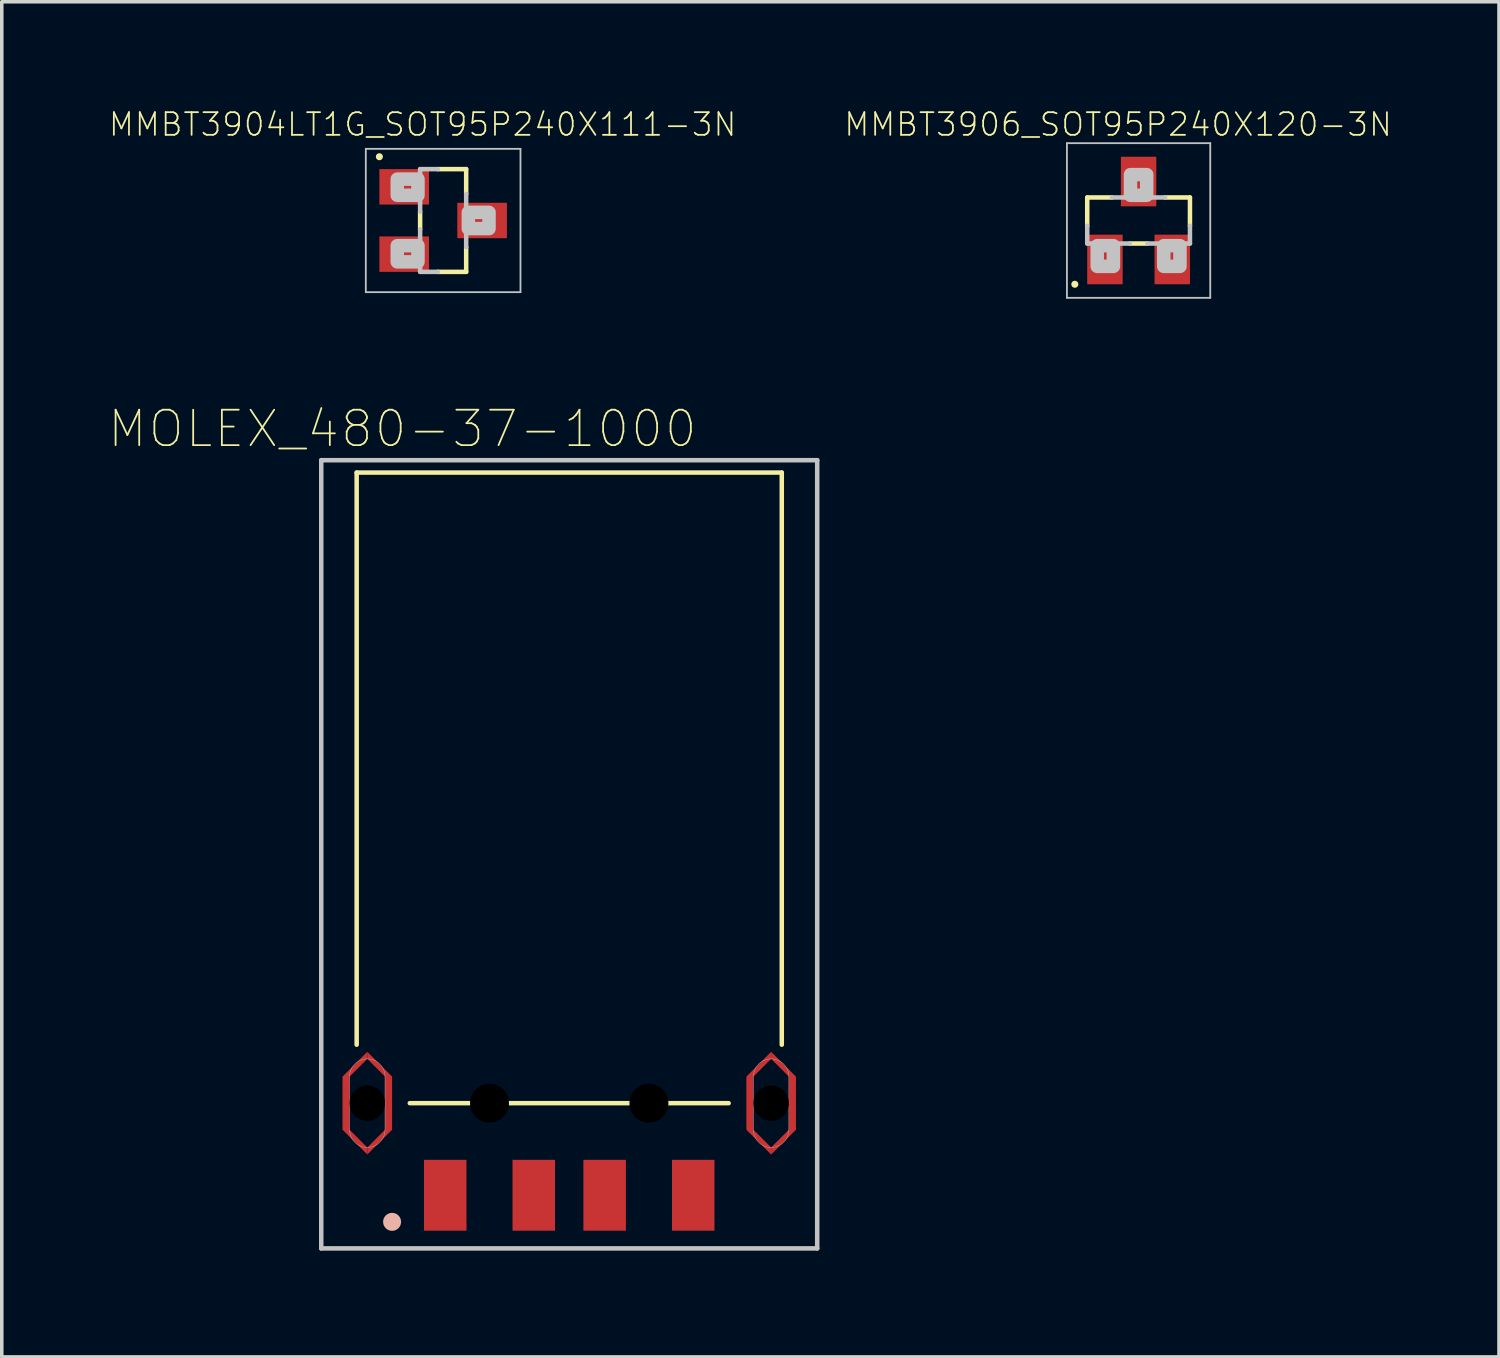
<source format=kicad_pcb>
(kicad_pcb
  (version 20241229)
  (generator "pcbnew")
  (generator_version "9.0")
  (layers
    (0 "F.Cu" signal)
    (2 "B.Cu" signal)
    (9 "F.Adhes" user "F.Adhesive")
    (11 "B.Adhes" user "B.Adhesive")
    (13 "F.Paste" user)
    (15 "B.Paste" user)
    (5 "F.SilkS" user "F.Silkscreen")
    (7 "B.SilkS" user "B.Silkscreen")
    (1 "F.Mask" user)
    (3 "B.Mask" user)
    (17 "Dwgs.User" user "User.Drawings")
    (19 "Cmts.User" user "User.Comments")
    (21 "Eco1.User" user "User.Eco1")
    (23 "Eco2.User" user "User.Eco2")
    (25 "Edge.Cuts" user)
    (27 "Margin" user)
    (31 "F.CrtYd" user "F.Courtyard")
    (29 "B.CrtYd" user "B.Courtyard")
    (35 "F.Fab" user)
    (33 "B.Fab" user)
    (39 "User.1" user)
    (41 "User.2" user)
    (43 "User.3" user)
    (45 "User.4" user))
  (footprint "MMBT3904LT1G_SOT95P240X111-3N"
    (layer "F.Cu")
    (at 9.459 3.174)
    (property "Reference" "MMBT3904LT1G_SOT95P240X111-3N" (at -0.579 -2.711 0) (layer "F.SilkS") (effects (font (size 0.64 0.64) (thickness 0.05))))
    (attr smd)
    (fp_line (start -0.65 -0.25) (end -0.65 0.25) (stroke (width 0.127) (type solid)) (layer "F.SilkS"))
    (fp_line (start 0.65 -1.45) (end -0.15 -1.45) (stroke (width 0.127) (type solid)) (layer "F.SilkS"))
    (fp_line (start 0.65 -1.45) (end 0.65 -0.75) (stroke (width 0.127) (type solid)) (layer "F.SilkS"))
    (fp_line (start 0.65 1.45) (end -0.15 1.45) (stroke (width 0.127) (type solid)) (layer "F.SilkS"))
    (fp_line (start 0.65 1.45) (end 0.65 0.75) (stroke (width 0.127) (type solid)) (layer "F.SilkS"))
    (fp_circle (center -1.8 -1.8) (end -1.7 -1.8) (stroke (width 0) (type solid)) (fill yes) (layer "F.SilkS"))
    (fp_line (start -2.183 -2.023) (end 2.183 -2.023) (stroke (width 0.051) (type solid)) (layer "Dwgs.User"))
    (fp_line (start -2.183 2.023) (end -2.183 -2.023) (stroke (width 0.051) (type solid)) (layer "Dwgs.User"))
    (fp_line (start -0.65 -1.45) (end -0.65 -0.25) (stroke (width 0.127) (type solid)) (layer "Dwgs.User"))
    (fp_line (start -0.65 0.25) (end -0.65 1.45) (stroke (width 0.127) (type solid)) (layer "Dwgs.User"))
    (fp_line (start -0.65 1.45) (end -0.15 1.45) (stroke (width 0.127) (type solid)) (layer "Dwgs.User"))
    (fp_line (start -0.15 -1.45) (end -0.65 -1.45) (stroke (width 0.127) (type solid)) (layer "Dwgs.User"))
    (fp_line (start 0.65 -0.75) (end 0.65 0.75) (stroke (width 0.127) (type solid)) (layer "Dwgs.User"))
    (fp_line (start 2.183 -2.023) (end 2.183 2.023) (stroke (width 0.051) (type solid)) (layer "Dwgs.User"))
    (fp_line (start 2.183 2.023) (end -2.183 2.023) (stroke (width 0.051) (type solid)) (layer "Dwgs.User"))
    (fp_poly (pts (xy -0.711 -1.168) (xy -0.711 -0.711) (xy -1.295 -0.711) (xy -1.295 -1.168)) (stroke (width 0.381) (type solid)) (fill no) (layer "Dwgs.User"))
    (fp_poly (pts (xy -0.711 0.711) (xy -0.711 1.168) (xy -1.295 1.168) (xy -1.295 0.711)) (stroke (width 0.381) (type solid)) (fill no) (layer "Dwgs.User"))
    (fp_poly (pts (xy 1.295 -0.229) (xy 1.295 0.229) (xy 0.711 0.229) (xy 0.711 -0.229)) (stroke (width 0.381) (type solid)) (fill no) (layer "Dwgs.User"))
    (pad "1" smd rect (at -1.1 -0.95 270) (size 1 1.4) (layers "F.Cu" "F.Mask" "F.Paste"))
    (pad "2" smd rect (at -1.1 0.95 270) (size 1 1.4) (layers "F.Cu" "F.Mask" "F.Paste"))
    (pad "3" smd rect (at 1.1 0 270) (size 1 1.4) (layers "F.Cu" "F.Mask" "F.Paste")))
  (footprint "MMBT3906_SOT95P240X120-3N"
    (layer "F.Cu")
    (at 29.09 3.174)
    (property "Reference" "MMBT3906_SOT95P240X120-3N" (at -0.579 -2.711 0) (layer "F.SilkS") (effects (font (size 0.64 0.64) (thickness 0.05))))
    (attr smd)
    (fp_line (start -1.45 -0.65) (end -1.45 0.15) (stroke (width 0.127) (type solid)) (layer "F.SilkS"))
    (fp_line (start -1.45 -0.65) (end -0.75 -0.65) (stroke (width 0.127) (type solid)) (layer "F.SilkS"))
    (fp_line (start -0.25 0.65) (end 0.25 0.65) (stroke (width 0.127) (type solid)) (layer "F.SilkS"))
    (fp_line (start 1.45 -0.65) (end 0.75 -0.65) (stroke (width 0.127) (type solid)) (layer "F.SilkS"))
    (fp_line (start 1.45 -0.65) (end 1.45 0.15) (stroke (width 0.127) (type solid)) (layer "F.SilkS"))
    (fp_circle (center -1.8 1.8) (end -1.7 1.8) (stroke (width 0) (type solid)) (fill yes) (layer "F.SilkS"))
    (fp_line (start -2.023 -2.183) (end 2.023 -2.183) (stroke (width 0.051) (type solid)) (layer "Dwgs.User"))
    (fp_line (start -2.023 2.183) (end -2.023 -2.183) (stroke (width 0.051) (type solid)) (layer "Dwgs.User"))
    (fp_line (start -1.45 0.15) (end -1.45 0.65) (stroke (width 0.127) (type solid)) (layer "Dwgs.User"))
    (fp_line (start -1.45 0.65) (end -0.25 0.65) (stroke (width 0.127) (type solid)) (layer "Dwgs.User"))
    (fp_line (start -0.75 -0.65) (end 0.75 -0.65) (stroke (width 0.127) (type solid)) (layer "Dwgs.User"))
    (fp_line (start 0.25 0.65) (end 1.45 0.65) (stroke (width 0.127) (type solid)) (layer "Dwgs.User"))
    (fp_line (start 1.45 0.65) (end 1.45 0.15) (stroke (width 0.127) (type solid)) (layer "Dwgs.User"))
    (fp_line (start 2.023 -2.183) (end 2.023 2.183) (stroke (width 0.051) (type solid)) (layer "Dwgs.User"))
    (fp_line (start 2.023 2.183) (end -2.023 2.183) (stroke (width 0.051) (type solid)) (layer "Dwgs.User"))
    (fp_poly (pts (xy -1.168 0.711) (xy -0.711 0.711) (xy -0.711 1.295) (xy -1.168 1.295)) (stroke (width 0.381) (type solid)) (fill no) (layer "Dwgs.User"))
    (fp_poly (pts (xy -0.229 -1.295) (xy 0.229 -1.295) (xy 0.229 -0.711) (xy -0.229 -0.711)) (stroke (width 0.381) (type solid)) (fill no) (layer "Dwgs.User"))
    (fp_poly (pts (xy 0.711 0.711) (xy 1.168 0.711) (xy 1.168 1.295) (xy 0.711 1.295)) (stroke (width 0.381) (type solid)) (fill no) (layer "Dwgs.User"))
    (pad "1" smd rect (at -0.95 1.1) (size 1 1.4) (layers "F.Cu" "F.Mask" "F.Paste"))
    (pad "2" smd rect (at 0.95 1.1) (size 1 1.4) (layers "F.Cu" "F.Mask" "F.Paste"))
    (pad "3" smd rect (at 0 -1.1) (size 1 1.4) (layers "F.Cu" "F.Mask" "F.Paste")))
  (footprint "MOLEX_480-37-1000"
    (layer "F.Cu")
    (at 13.018 30.69)
    (property "Reference" "MOLEX_480-37-1000" (at -4.71 -21.635 0) (layer "F.SilkS") (effects (font (size 1 1) (thickness 0.05))))
    (attr smd)
    (fp_poly (pts (xy -5.7 -3.85) (xy -5.7 -4.05) (xy -5 -3.35) (xy -5 -1.85) (xy -5.7 -1.15) (xy -5.7 -1.35) (xy -5.2 -1.85) (xy -5.2 -3.35)) (stroke (width 0) (type solid)) (fill yes) (layer "F.Cu"))
    (fp_poly (pts (xy -5.7 -1.35) (xy -5.7 -1.15) (xy -6.4 -1.85) (xy -6.4 -3.35) (xy -5.7 -4.05) (xy -5.7 -3.85) (xy -6.2 -3.35) (xy -6.2 -1.85)) (stroke (width 0) (type solid)) (fill yes) (layer "F.Cu"))
    (fp_poly (pts (xy 5.7 -3.85) (xy 5.7 -4.05) (xy 6.4 -3.35) (xy 6.4 -1.85) (xy 5.7 -1.15) (xy 5.7 -1.35) (xy 6.2 -1.85) (xy 6.2 -3.35)) (stroke (width 0) (type solid)) (fill yes) (layer "F.Cu"))
    (fp_poly (pts (xy 5.7 -1.35) (xy 5.7 -1.15) (xy 5 -1.85) (xy 5 -3.35) (xy 5.7 -4.05) (xy 5.7 -3.85) (xy 5.2 -3.35) (xy 5.2 -1.85)) (stroke (width 0) (type solid)) (fill yes) (layer "F.Cu"))
    (fp_poly (pts (xy -4.9 -1.05) (xy -6.5 -1.05) (xy -6.5 -4.15) (xy -4.9 -4.15)) (stroke (width 0.381) (type solid)) (fill yes) (layer "F.Mask"))
    (fp_poly (pts (xy 6.5 -1.05) (xy 4.9 -1.05) (xy 4.9 -4.15) (xy 6.5 -4.15)) (stroke (width 0.381) (type solid)) (fill yes) (layer "F.Mask"))
    (fp_line (start -6 -4.25) (end -6 -20.4) (stroke (width 0.127) (type solid)) (layer "F.SilkS"))
    (fp_line (start 4.5 -2.6) (end -4.5 -2.6) (stroke (width 0.127) (type solid)) (layer "F.SilkS"))
    (fp_line (start 6 -20.4) (end -6 -20.4) (stroke (width 0.127) (type solid)) (layer "F.SilkS"))
    (fp_line (start 6 -4.25) (end 6 -20.4) (stroke (width 0.127) (type solid)) (layer "F.SilkS"))
    (fp_circle (center -5 0.75) (end -4.746 0.75) (stroke (width 0) (type solid)) (fill yes) (layer "B.SilkS"))
    (fp_poly (pts (xy -5.7 -3.85) (xy -5.7 -4.05) (xy -5 -3.35) (xy -5 -1.85) (xy -5.7 -1.15) (xy -5.7 -1.35) (xy -5.2 -1.85) (xy -5.2 -3.35)) (stroke (width 0) (type solid)) (fill yes) (layer "F.Paste"))
    (fp_poly (pts (xy -5.7 -1.35) (xy -5.7 -1.15) (xy -6.4 -1.85) (xy -6.4 -3.35) (xy -5.7 -4.05) (xy -5.7 -3.85) (xy -6.2 -3.35) (xy -6.2 -1.85)) (stroke (width 0) (type solid)) (fill yes) (layer "F.Paste"))
    (fp_poly (pts (xy 5.7 -3.85) (xy 5.7 -4.05) (xy 6.4 -3.35) (xy 6.4 -1.85) (xy 5.7 -1.15) (xy 5.7 -1.35) (xy 6.2 -1.85) (xy 6.2 -3.35)) (stroke (width 0) (type solid)) (fill yes) (layer "F.Paste"))
    (fp_poly (pts (xy 5.7 -1.35) (xy 5.7 -1.15) (xy 5 -1.85) (xy 5 -3.35) (xy 5.7 -4.05) (xy 5.7 -3.85) (xy 5.2 -3.35) (xy 5.2 -1.85)) (stroke (width 0) (type solid)) (fill yes) (layer "F.Paste"))
    (fp_line (start -7 -20.75) (end 7 -20.75) (stroke (width 0.127) (type solid)) (layer "Dwgs.User"))
    (fp_line (start -7 1.5) (end -7 -20.75) (stroke (width 0.127) (type solid)) (layer "Dwgs.User"))
    (fp_line (start -6.2 -3.35) (end -6.2 -1.85) (stroke (width 0.01) (type solid)) (layer "Dwgs.User"))
    (fp_line (start -5.2 -1.85) (end -5.2 -3.35) (stroke (width 0.01) (type solid)) (layer "Dwgs.User"))
    (fp_line (start 5.2 -3.35) (end 5.2 -1.85) (stroke (width 0.01) (type solid)) (layer "Dwgs.User"))
    (fp_line (start 6.2 -1.85) (end 6.2 -3.35) (stroke (width 0.01) (type solid)) (layer "Dwgs.User"))
    (fp_line (start 7 -20.75) (end 7 1.5) (stroke (width 0.127) (type solid)) (layer "Dwgs.User"))
    (fp_line (start 7 1.5) (end -7 1.5) (stroke (width 0.127) (type solid)) (layer "Dwgs.User"))
    (fp_arc (start -6.2 -3.35) (mid -6.053553 -3.703553) (end -5.7 -3.85) (stroke (width 0.01) (type solid)) (layer "Dwgs.User"))
    (fp_arc (start -5.7 -3.85) (mid -5.346447 -3.703553) (end -5.2 -3.35) (stroke (width 0.01) (type solid)) (layer "Dwgs.User"))
    (fp_arc (start -5.7 -1.35) (mid -6.053553 -1.496447) (end -6.2 -1.85) (stroke (width 0.01) (type solid)) (layer "Dwgs.User"))
    (fp_arc (start -5.2 -1.85) (mid -5.346447 -1.496447) (end -5.7 -1.35) (stroke (width 0.01) (type solid)) (layer "Dwgs.User"))
    (fp_arc (start 5.2 -3.35) (mid 5.346447 -3.703553) (end 5.7 -3.85) (stroke (width 0.01) (type solid)) (layer "Dwgs.User"))
    (fp_arc (start 5.7 -3.85) (mid 6.053553 -3.703553) (end 6.2 -3.35) (stroke (width 0.01) (type solid)) (layer "Dwgs.User"))
    (fp_arc (start 5.7 -1.35) (mid 5.346447 -1.496447) (end 5.2 -1.85) (stroke (width 0.01) (type solid)) (layer "Dwgs.User"))
    (fp_arc (start 6.2 -1.85) (mid 6.053553 -1.496447) (end 5.7 -1.35) (stroke (width 0.01) (type solid)) (layer "Dwgs.User"))
    (pad "" np_thru_hole circle (at -5.7 -2.6) (size 1 1) (drill 1) (layers))
    (pad "" np_thru_hole circle (at -2.25 -2.6) (size 1.1 1.1) (drill 1.1) (layers))
    (pad "" np_thru_hole circle (at 2.25 -2.6) (size 1.1 1.1) (drill 1.1) (layers))
    (pad "" np_thru_hole circle (at 5.7 -2.6) (size 1 1) (drill 1) (layers))
    (pad "1" smd rect (at -3.5 0 270) (size 2 1.2) (layers "F.Cu" "F.Mask" "F.Paste"))
    (pad "2" smd rect (at -1 0 270) (size 2 1.2) (layers "F.Cu" "F.Mask" "F.Paste"))
    (pad "3" smd rect (at 1 0 270) (size 2 1.2) (layers "F.Cu" "F.Mask" "F.Paste"))
    (pad "4" smd rect (at 3.5 0 270) (size 2 1.2) (layers "F.Cu" "F.Mask" "F.Paste")))
  (gr_rect
    (start -3 -3)
    (end 39.263 35.253)
    (stroke (width 0.1) (type default))
    (fill no)
    (layer "Edge.Cuts")))
</source>
